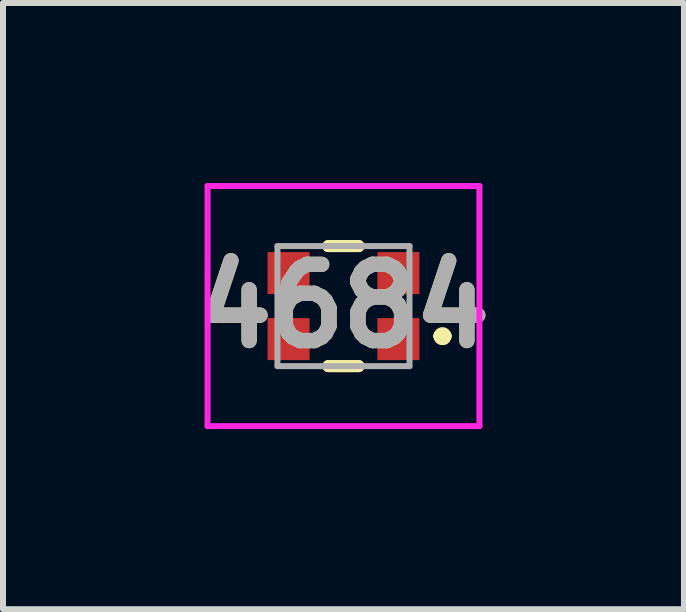
<source format=kicad_pcb>
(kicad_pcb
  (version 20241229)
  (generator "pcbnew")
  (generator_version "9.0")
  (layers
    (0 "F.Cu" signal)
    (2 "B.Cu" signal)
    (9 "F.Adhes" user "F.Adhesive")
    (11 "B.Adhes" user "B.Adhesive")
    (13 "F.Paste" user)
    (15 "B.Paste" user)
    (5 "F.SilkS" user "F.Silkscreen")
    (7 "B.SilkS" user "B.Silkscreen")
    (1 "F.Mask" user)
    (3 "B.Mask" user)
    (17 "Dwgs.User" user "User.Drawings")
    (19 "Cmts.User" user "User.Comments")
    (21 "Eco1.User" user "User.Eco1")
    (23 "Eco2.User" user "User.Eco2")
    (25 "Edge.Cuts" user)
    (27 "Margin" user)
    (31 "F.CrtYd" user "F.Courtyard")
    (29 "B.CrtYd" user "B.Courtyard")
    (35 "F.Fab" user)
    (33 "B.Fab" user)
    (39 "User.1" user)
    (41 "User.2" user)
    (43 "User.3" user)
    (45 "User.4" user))
  (footprint "4684"
    (layer "F.Cu")
    (at 2.673 2.05)
    (property "Reference" "4684" (at 0 0 0) (layer "F.SilkS") (effects (font (size 1.27 1.27) (thickness 0.254))))
    (attr smd)
    (fp_line (start -0.25 -1) (end -0.25 -1) (stroke (width 0.2) (type solid)) (layer "F.SilkS"))
    (fp_line (start -0.25 -1) (end 0.25 -1) (stroke (width 0.2) (type solid)) (layer "F.SilkS"))
    (fp_line (start -0.25 1) (end -0.25 1) (stroke (width 0.2) (type solid)) (layer "F.SilkS"))
    (fp_line (start -0.25 1) (end 0.25 1) (stroke (width 0.2) (type solid)) (layer "F.SilkS"))
    (fp_line (start 0.25 -1) (end -0.25 -1) (stroke (width 0.2) (type solid)) (layer "F.SilkS"))
    (fp_line (start 0.25 -1) (end 0.25 -1) (stroke (width 0.2) (type solid)) (layer "F.SilkS"))
    (fp_line (start 0.25 1) (end -0.25 1) (stroke (width 0.2) (type solid)) (layer "F.SilkS"))
    (fp_line (start 0.25 1) (end 0.25 1) (stroke (width 0.2) (type solid)) (layer "F.SilkS"))
    (fp_line (start 1.6 0.5) (end 1.6 0.5) (stroke (width 0.2) (type solid)) (layer "F.SilkS"))
    (fp_line (start 1.6 0.5) (end 1.6 0.5) (stroke (width 0.2) (type solid)) (layer "F.SilkS"))
    (fp_line (start 1.7 0.5) (end 1.7 0.5) (stroke (width 0.2) (type solid)) (layer "F.SilkS"))
    (fp_arc (start 1.6 0.5) (mid 1.65 0.45) (end 1.7 0.5) (stroke (width 0.2) (type solid)) (layer "F.SilkS"))
    (fp_arc (start 1.7 0.5) (mid 1.65 0.55) (end 1.6 0.5) (stroke (width 0.2) (type solid)) (layer "F.SilkS"))
    (fp_arc (start 1.7 0.5) (mid 1.65 0.55) (end 1.6 0.5) (stroke (width 0.2) (type solid)) (layer "F.SilkS"))
    (fp_line (start -2.265 -2) (end 2.265 -2) (stroke (width 0.1) (type solid)) (layer "F.CrtYd"))
    (fp_line (start -2.265 2) (end -2.265 -2) (stroke (width 0.1) (type solid)) (layer "F.CrtYd"))
    (fp_line (start 2.265 -2) (end 2.265 2) (stroke (width 0.1) (type solid)) (layer "F.CrtYd"))
    (fp_line (start 2.265 2) (end -2.265 2) (stroke (width 0.1) (type solid)) (layer "F.CrtYd"))
    (fp_line (start -1.1 -1) (end -1.1 1) (stroke (width 0.1) (type solid)) (layer "F.Fab"))
    (fp_line (start -1.1 1) (end 1.1 1) (stroke (width 0.1) (type solid)) (layer "F.Fab"))
    (fp_line (start 1.1 -1) (end -1.1 -1) (stroke (width 0.1) (type solid)) (layer "F.Fab"))
    (fp_line (start 1.1 1) (end 1.1 -1) (stroke (width 0.1) (type solid)) (layer "F.Fab"))
    (fp_text user "${REFERENCE}" (at 0 0 0) (layer "F.Fab") (effects (font (size 1.27 1.27) (thickness 0.254))))
    (pad "1" smd rect (at 0.915 0.55 90) (size 0.7 0.7) (layers "F.Cu" "F.Mask" "F.Paste"))
    (pad "2" smd rect (at 0.915 -0.55 90) (size 0.7 0.7) (layers "F.Cu" "F.Mask" "F.Paste"))
    (pad "3" smd rect (at -0.915 -0.55 90) (size 0.7 0.7) (layers "F.Cu" "F.Mask" "F.Paste"))
    (pad "4" smd rect (at -0.915 0.55 90) (size 0.7 0.7) (layers "F.Cu" "F.Mask" "F.Paste")))
  (gr_rect
    (start -3 -3)
    (end 8.346 7.1)
    (stroke (width 0.1) (type default))
    (fill no)
    (layer "Edge.Cuts")))
</source>
